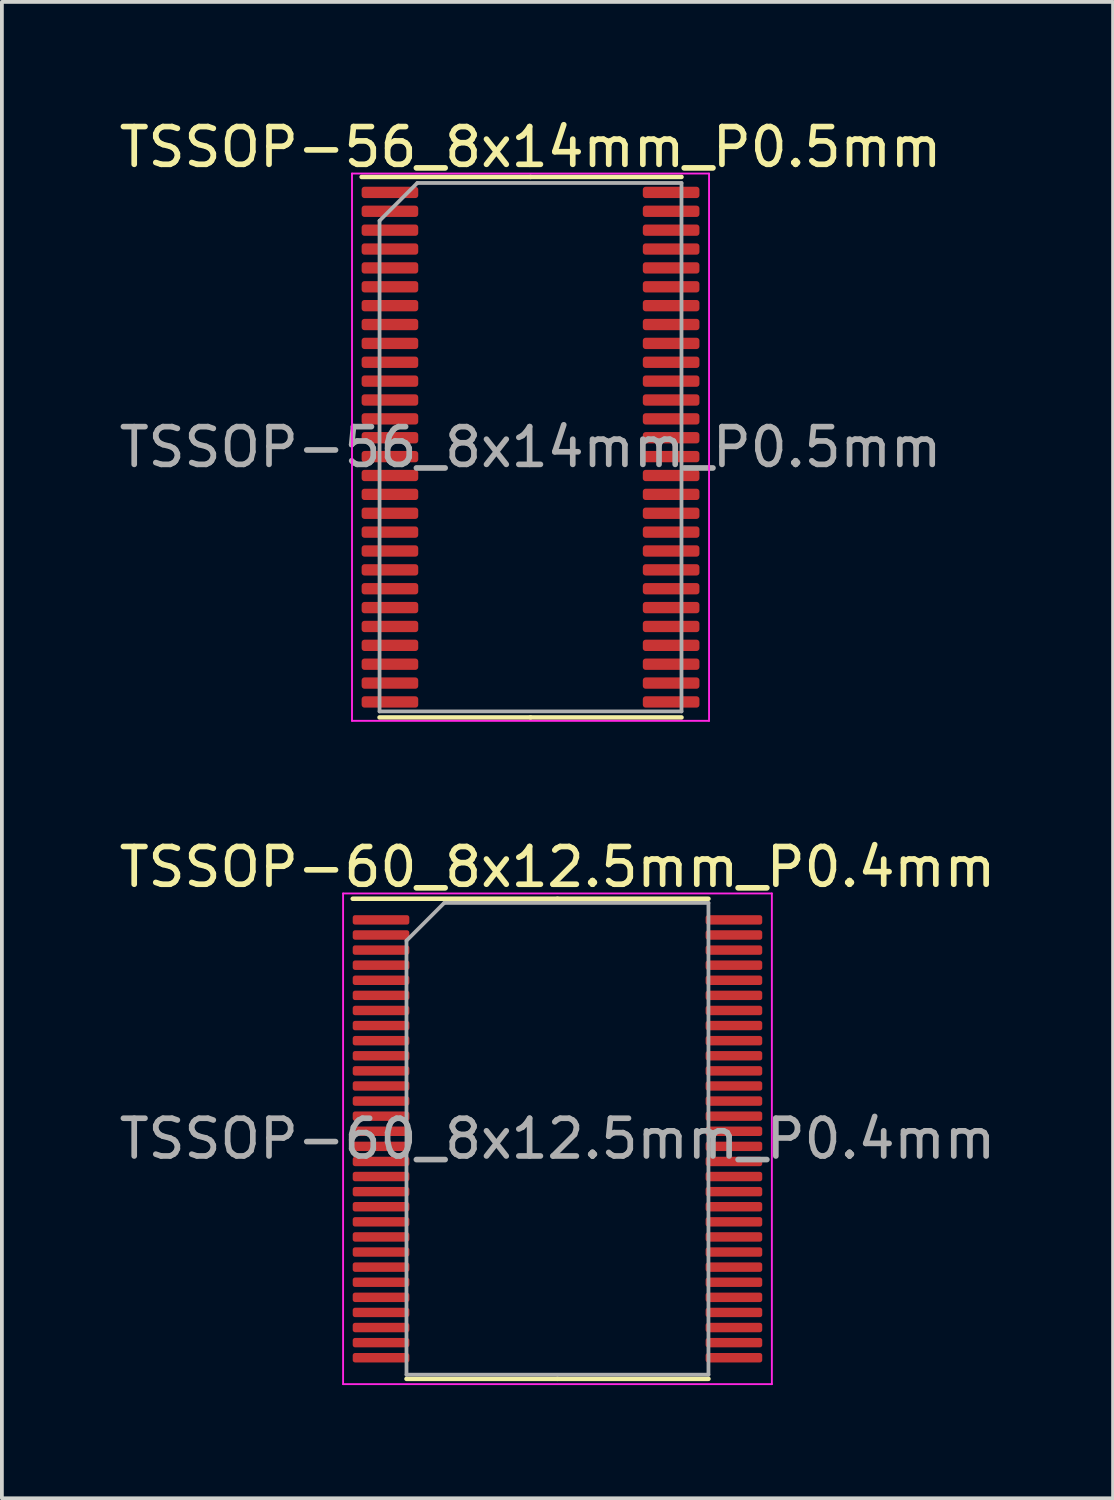
<source format=kicad_pcb>
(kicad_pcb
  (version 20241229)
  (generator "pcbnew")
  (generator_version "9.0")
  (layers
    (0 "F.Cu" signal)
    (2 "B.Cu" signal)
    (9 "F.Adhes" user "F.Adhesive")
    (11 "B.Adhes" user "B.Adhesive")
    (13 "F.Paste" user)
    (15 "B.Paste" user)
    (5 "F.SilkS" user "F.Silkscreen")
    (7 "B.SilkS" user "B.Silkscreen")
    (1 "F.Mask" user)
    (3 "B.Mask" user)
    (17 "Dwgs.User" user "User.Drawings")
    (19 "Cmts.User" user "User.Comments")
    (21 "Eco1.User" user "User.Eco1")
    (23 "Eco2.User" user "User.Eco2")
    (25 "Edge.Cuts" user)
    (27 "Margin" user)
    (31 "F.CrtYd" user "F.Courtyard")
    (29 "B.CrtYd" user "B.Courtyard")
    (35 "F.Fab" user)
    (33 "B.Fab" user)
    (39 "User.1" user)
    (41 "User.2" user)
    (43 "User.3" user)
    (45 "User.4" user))
  (footprint "TSSOP-56_8x14mm_P0.5mm"
    (layer "F.Cu")
    (at 11.006 8.798)
    (property "Reference" "TSSOP-56_8x14mm_P0.5mm" (at 0 -7.95 0) (layer "F.SilkS") (effects (font (size 1 1) (thickness 0.15))))
    (attr smd)
    (fp_line (start 0 -7.16) (end -4.475 -7.16) (stroke (width 0.12) (type solid)) (layer "F.SilkS"))
    (fp_line (start 0 -7.16) (end 4 -7.16) (stroke (width 0.12) (type solid)) (layer "F.SilkS"))
    (fp_line (start 0 7.16) (end -4 7.16) (stroke (width 0.12) (type solid)) (layer "F.SilkS"))
    (fp_line (start 0 7.16) (end 4 7.16) (stroke (width 0.12) (type solid)) (layer "F.SilkS"))
    (fp_line (start -4.73 -7.25) (end -4.73 7.25) (stroke (width 0.05) (type solid)) (layer "F.CrtYd"))
    (fp_line (start -4.73 7.25) (end 4.73 7.25) (stroke (width 0.05) (type solid)) (layer "F.CrtYd"))
    (fp_line (start 4.73 -7.25) (end -4.73 -7.25) (stroke (width 0.05) (type solid)) (layer "F.CrtYd"))
    (fp_line (start 4.73 7.25) (end 4.73 -7.25) (stroke (width 0.05) (type solid)) (layer "F.CrtYd"))
    (fp_line (start -4 -6) (end -3 -7) (stroke (width 0.1) (type solid)) (layer "F.Fab"))
    (fp_line (start -4 7) (end -4 -6) (stroke (width 0.1) (type solid)) (layer "F.Fab"))
    (fp_line (start -3 -7) (end 4 -7) (stroke (width 0.1) (type solid)) (layer "F.Fab"))
    (fp_line (start 4 -7) (end 4 7) (stroke (width 0.1) (type solid)) (layer "F.Fab"))
    (fp_line (start 4 7) (end -4 7) (stroke (width 0.1) (type solid)) (layer "F.Fab"))
    (fp_text user "${REFERENCE}" (at 0 0 0) (layer "F.Fab") (effects (font (size 1 1) (thickness 0.15))))
    (pad "1" smd roundrect (at -3.725 -6.75) (size 1.5 0.3) (layers "F.Cu" "F.Mask" "F.Paste") (roundrect_rratio 0.25))
    (pad "2" smd roundrect (at -3.725 -6.25) (size 1.5 0.3) (layers "F.Cu" "F.Mask" "F.Paste") (roundrect_rratio 0.25))
    (pad "3" smd roundrect (at -3.725 -5.75) (size 1.5 0.3) (layers "F.Cu" "F.Mask" "F.Paste") (roundrect_rratio 0.25))
    (pad "4" smd roundrect (at -3.725 -5.25) (size 1.5 0.3) (layers "F.Cu" "F.Mask" "F.Paste") (roundrect_rratio 0.25))
    (pad "5" smd roundrect (at -3.725 -4.75) (size 1.5 0.3) (layers "F.Cu" "F.Mask" "F.Paste") (roundrect_rratio 0.25))
    (pad "6" smd roundrect (at -3.725 -4.25) (size 1.5 0.3) (layers "F.Cu" "F.Mask" "F.Paste") (roundrect_rratio 0.25))
    (pad "7" smd roundrect (at -3.725 -3.75) (size 1.5 0.3) (layers "F.Cu" "F.Mask" "F.Paste") (roundrect_rratio 0.25))
    (pad "8" smd roundrect (at -3.725 -3.25) (size 1.5 0.3) (layers "F.Cu" "F.Mask" "F.Paste") (roundrect_rratio 0.25))
    (pad "9" smd roundrect (at -3.725 -2.75) (size 1.5 0.3) (layers "F.Cu" "F.Mask" "F.Paste") (roundrect_rratio 0.25))
    (pad "10" smd roundrect (at -3.725 -2.25) (size 1.5 0.3) (layers "F.Cu" "F.Mask" "F.Paste") (roundrect_rratio 0.25))
    (pad "11" smd roundrect (at -3.725 -1.75) (size 1.5 0.3) (layers "F.Cu" "F.Mask" "F.Paste") (roundrect_rratio 0.25))
    (pad "12" smd roundrect (at -3.725 -1.25) (size 1.5 0.3) (layers "F.Cu" "F.Mask" "F.Paste") (roundrect_rratio 0.25))
    (pad "13" smd roundrect (at -3.725 -0.75) (size 1.5 0.3) (layers "F.Cu" "F.Mask" "F.Paste") (roundrect_rratio 0.25))
    (pad "14" smd roundrect (at -3.725 -0.25) (size 1.5 0.3) (layers "F.Cu" "F.Mask" "F.Paste") (roundrect_rratio 0.25))
    (pad "15" smd roundrect (at -3.725 0.25) (size 1.5 0.3) (layers "F.Cu" "F.Mask" "F.Paste") (roundrect_rratio 0.25))
    (pad "16" smd roundrect (at -3.725 0.75) (size 1.5 0.3) (layers "F.Cu" "F.Mask" "F.Paste") (roundrect_rratio 0.25))
    (pad "17" smd roundrect (at -3.725 1.25) (size 1.5 0.3) (layers "F.Cu" "F.Mask" "F.Paste") (roundrect_rratio 0.25))
    (pad "18" smd roundrect (at -3.725 1.75) (size 1.5 0.3) (layers "F.Cu" "F.Mask" "F.Paste") (roundrect_rratio 0.25))
    (pad "19" smd roundrect (at -3.725 2.25) (size 1.5 0.3) (layers "F.Cu" "F.Mask" "F.Paste") (roundrect_rratio 0.25))
    (pad "20" smd roundrect (at -3.725 2.75) (size 1.5 0.3) (layers "F.Cu" "F.Mask" "F.Paste") (roundrect_rratio 0.25))
    (pad "21" smd roundrect (at -3.725 3.25) (size 1.5 0.3) (layers "F.Cu" "F.Mask" "F.Paste") (roundrect_rratio 0.25))
    (pad "22" smd roundrect (at -3.725 3.75) (size 1.5 0.3) (layers "F.Cu" "F.Mask" "F.Paste") (roundrect_rratio 0.25))
    (pad "23" smd roundrect (at -3.725 4.25) (size 1.5 0.3) (layers "F.Cu" "F.Mask" "F.Paste") (roundrect_rratio 0.25))
    (pad "24" smd roundrect (at -3.725 4.75) (size 1.5 0.3) (layers "F.Cu" "F.Mask" "F.Paste") (roundrect_rratio 0.25))
    (pad "25" smd roundrect (at -3.725 5.25) (size 1.5 0.3) (layers "F.Cu" "F.Mask" "F.Paste") (roundrect_rratio 0.25))
    (pad "26" smd roundrect (at -3.725 5.75) (size 1.5 0.3) (layers "F.Cu" "F.Mask" "F.Paste") (roundrect_rratio 0.25))
    (pad "27" smd roundrect (at -3.725 6.25) (size 1.5 0.3) (layers "F.Cu" "F.Mask" "F.Paste") (roundrect_rratio 0.25))
    (pad "28" smd roundrect (at -3.725 6.75) (size 1.5 0.3) (layers "F.Cu" "F.Mask" "F.Paste") (roundrect_rratio 0.25))
    (pad "29" smd roundrect (at 3.725 6.75) (size 1.5 0.3) (layers "F.Cu" "F.Mask" "F.Paste") (roundrect_rratio 0.25))
    (pad "30" smd roundrect (at 3.725 6.25) (size 1.5 0.3) (layers "F.Cu" "F.Mask" "F.Paste") (roundrect_rratio 0.25))
    (pad "31" smd roundrect (at 3.725 5.75) (size 1.5 0.3) (layers "F.Cu" "F.Mask" "F.Paste") (roundrect_rratio 0.25))
    (pad "32" smd roundrect (at 3.725 5.25) (size 1.5 0.3) (layers "F.Cu" "F.Mask" "F.Paste") (roundrect_rratio 0.25))
    (pad "33" smd roundrect (at 3.725 4.75) (size 1.5 0.3) (layers "F.Cu" "F.Mask" "F.Paste") (roundrect_rratio 0.25))
    (pad "34" smd roundrect (at 3.725 4.25) (size 1.5 0.3) (layers "F.Cu" "F.Mask" "F.Paste") (roundrect_rratio 0.25))
    (pad "35" smd roundrect (at 3.725 3.75) (size 1.5 0.3) (layers "F.Cu" "F.Mask" "F.Paste") (roundrect_rratio 0.25))
    (pad "36" smd roundrect (at 3.725 3.25) (size 1.5 0.3) (layers "F.Cu" "F.Mask" "F.Paste") (roundrect_rratio 0.25))
    (pad "37" smd roundrect (at 3.725 2.75) (size 1.5 0.3) (layers "F.Cu" "F.Mask" "F.Paste") (roundrect_rratio 0.25))
    (pad "38" smd roundrect (at 3.725 2.25) (size 1.5 0.3) (layers "F.Cu" "F.Mask" "F.Paste") (roundrect_rratio 0.25))
    (pad "39" smd roundrect (at 3.725 1.75) (size 1.5 0.3) (layers "F.Cu" "F.Mask" "F.Paste") (roundrect_rratio 0.25))
    (pad "40" smd roundrect (at 3.725 1.25) (size 1.5 0.3) (layers "F.Cu" "F.Mask" "F.Paste") (roundrect_rratio 0.25))
    (pad "41" smd roundrect (at 3.725 0.75) (size 1.5 0.3) (layers "F.Cu" "F.Mask" "F.Paste") (roundrect_rratio 0.25))
    (pad "42" smd roundrect (at 3.725 0.25) (size 1.5 0.3) (layers "F.Cu" "F.Mask" "F.Paste") (roundrect_rratio 0.25))
    (pad "43" smd roundrect (at 3.725 -0.25) (size 1.5 0.3) (layers "F.Cu" "F.Mask" "F.Paste") (roundrect_rratio 0.25))
    (pad "44" smd roundrect (at 3.725 -0.75) (size 1.5 0.3) (layers "F.Cu" "F.Mask" "F.Paste") (roundrect_rratio 0.25))
    (pad "45" smd roundrect (at 3.725 -1.25) (size 1.5 0.3) (layers "F.Cu" "F.Mask" "F.Paste") (roundrect_rratio 0.25))
    (pad "46" smd roundrect (at 3.725 -1.75) (size 1.5 0.3) (layers "F.Cu" "F.Mask" "F.Paste") (roundrect_rratio 0.25))
    (pad "47" smd roundrect (at 3.725 -2.25) (size 1.5 0.3) (layers "F.Cu" "F.Mask" "F.Paste") (roundrect_rratio 0.25))
    (pad "48" smd roundrect (at 3.725 -2.75) (size 1.5 0.3) (layers "F.Cu" "F.Mask" "F.Paste") (roundrect_rratio 0.25))
    (pad "49" smd roundrect (at 3.725 -3.25) (size 1.5 0.3) (layers "F.Cu" "F.Mask" "F.Paste") (roundrect_rratio 0.25))
    (pad "50" smd roundrect (at 3.725 -3.75) (size 1.5 0.3) (layers "F.Cu" "F.Mask" "F.Paste") (roundrect_rratio 0.25))
    (pad "51" smd roundrect (at 3.725 -4.25) (size 1.5 0.3) (layers "F.Cu" "F.Mask" "F.Paste") (roundrect_rratio 0.25))
    (pad "52" smd roundrect (at 3.725 -4.75) (size 1.5 0.3) (layers "F.Cu" "F.Mask" "F.Paste") (roundrect_rratio 0.25))
    (pad "53" smd roundrect (at 3.725 -5.25) (size 1.5 0.3) (layers "F.Cu" "F.Mask" "F.Paste") (roundrect_rratio 0.25))
    (pad "54" smd roundrect (at 3.725 -5.75) (size 1.5 0.3) (layers "F.Cu" "F.Mask" "F.Paste") (roundrect_rratio 0.25))
    (pad "55" smd roundrect (at 3.725 -6.25) (size 1.5 0.3) (layers "F.Cu" "F.Mask" "F.Paste") (roundrect_rratio 0.25))
    (pad "56" smd roundrect (at 3.725 -6.75) (size 1.5 0.3) (layers "F.Cu" "F.Mask" "F.Paste") (roundrect_rratio 0.25)))
  (footprint "TSSOP-60_8x12.5mm_P0.4mm"
    (layer "F.Cu")
    (at 11.72 27.122)
    (property "Reference" "TSSOP-60_8x12.5mm_P0.4mm" (at 0 -7.2 0) (layer "F.SilkS") (effects (font (size 1 1) (thickness 0.15))))
    (attr smd)
    (fp_line (start 0 -6.36) (end -5.425 -6.36) (stroke (width 0.12) (type solid)) (layer "F.SilkS"))
    (fp_line (start 0 -6.36) (end 4 -6.36) (stroke (width 0.12) (type solid)) (layer "F.SilkS"))
    (fp_line (start 0 6.36) (end -4 6.36) (stroke (width 0.12) (type solid)) (layer "F.SilkS"))
    (fp_line (start 0 6.36) (end 4 6.36) (stroke (width 0.12) (type solid)) (layer "F.SilkS"))
    (fp_line (start -5.68 -6.5) (end -5.68 6.5) (stroke (width 0.05) (type solid)) (layer "F.CrtYd"))
    (fp_line (start -5.68 6.5) (end 5.68 6.5) (stroke (width 0.05) (type solid)) (layer "F.CrtYd"))
    (fp_line (start 5.68 -6.5) (end -5.68 -6.5) (stroke (width 0.05) (type solid)) (layer "F.CrtYd"))
    (fp_line (start 5.68 6.5) (end 5.68 -6.5) (stroke (width 0.05) (type solid)) (layer "F.CrtYd"))
    (fp_line (start -4 -5.25) (end -3 -6.25) (stroke (width 0.1) (type solid)) (layer "F.Fab"))
    (fp_line (start -4 6.25) (end -4 -5.25) (stroke (width 0.1) (type solid)) (layer "F.Fab"))
    (fp_line (start -3 -6.25) (end 4 -6.25) (stroke (width 0.1) (type solid)) (layer "F.Fab"))
    (fp_line (start 4 -6.25) (end 4 6.25) (stroke (width 0.1) (type solid)) (layer "F.Fab"))
    (fp_line (start 4 6.25) (end -4 6.25) (stroke (width 0.1) (type solid)) (layer "F.Fab"))
    (fp_text user "${REFERENCE}" (at 0 0 0) (layer "F.Fab") (effects (font (size 1 1) (thickness 0.15))))
    (pad "1" smd roundrect (at -4.675 -5.8) (size 1.5 0.25) (layers "F.Cu" "F.Mask" "F.Paste") (roundrect_rratio 0.25))
    (pad "2" smd roundrect (at -4.675 -5.4) (size 1.5 0.25) (layers "F.Cu" "F.Mask" "F.Paste") (roundrect_rratio 0.25))
    (pad "3" smd roundrect (at -4.675 -5) (size 1.5 0.25) (layers "F.Cu" "F.Mask" "F.Paste") (roundrect_rratio 0.25))
    (pad "4" smd roundrect (at -4.675 -4.6) (size 1.5 0.25) (layers "F.Cu" "F.Mask" "F.Paste") (roundrect_rratio 0.25))
    (pad "5" smd roundrect (at -4.675 -4.2) (size 1.5 0.25) (layers "F.Cu" "F.Mask" "F.Paste") (roundrect_rratio 0.25))
    (pad "6" smd roundrect (at -4.675 -3.8) (size 1.5 0.25) (layers "F.Cu" "F.Mask" "F.Paste") (roundrect_rratio 0.25))
    (pad "7" smd roundrect (at -4.675 -3.4) (size 1.5 0.25) (layers "F.Cu" "F.Mask" "F.Paste") (roundrect_rratio 0.25))
    (pad "8" smd roundrect (at -4.675 -3) (size 1.5 0.25) (layers "F.Cu" "F.Mask" "F.Paste") (roundrect_rratio 0.25))
    (pad "9" smd roundrect (at -4.675 -2.6) (size 1.5 0.25) (layers "F.Cu" "F.Mask" "F.Paste") (roundrect_rratio 0.25))
    (pad "10" smd roundrect (at -4.675 -2.2) (size 1.5 0.25) (layers "F.Cu" "F.Mask" "F.Paste") (roundrect_rratio 0.25))
    (pad "11" smd roundrect (at -4.675 -1.8) (size 1.5 0.25) (layers "F.Cu" "F.Mask" "F.Paste") (roundrect_rratio 0.25))
    (pad "12" smd roundrect (at -4.675 -1.4) (size 1.5 0.25) (layers "F.Cu" "F.Mask" "F.Paste") (roundrect_rratio 0.25))
    (pad "13" smd roundrect (at -4.675 -1) (size 1.5 0.25) (layers "F.Cu" "F.Mask" "F.Paste") (roundrect_rratio 0.25))
    (pad "14" smd roundrect (at -4.675 -0.6) (size 1.5 0.25) (layers "F.Cu" "F.Mask" "F.Paste") (roundrect_rratio 0.25))
    (pad "15" smd roundrect (at -4.675 -0.2) (size 1.5 0.25) (layers "F.Cu" "F.Mask" "F.Paste") (roundrect_rratio 0.25))
    (pad "16" smd roundrect (at -4.675 0.2) (size 1.5 0.25) (layers "F.Cu" "F.Mask" "F.Paste") (roundrect_rratio 0.25))
    (pad "17" smd roundrect (at -4.675 0.6) (size 1.5 0.25) (layers "F.Cu" "F.Mask" "F.Paste") (roundrect_rratio 0.25))
    (pad "18" smd roundrect (at -4.675 1) (size 1.5 0.25) (layers "F.Cu" "F.Mask" "F.Paste") (roundrect_rratio 0.25))
    (pad "19" smd roundrect (at -4.675 1.4) (size 1.5 0.25) (layers "F.Cu" "F.Mask" "F.Paste") (roundrect_rratio 0.25))
    (pad "20" smd roundrect (at -4.675 1.8) (size 1.5 0.25) (layers "F.Cu" "F.Mask" "F.Paste") (roundrect_rratio 0.25))
    (pad "21" smd roundrect (at -4.675 2.2) (size 1.5 0.25) (layers "F.Cu" "F.Mask" "F.Paste") (roundrect_rratio 0.25))
    (pad "22" smd roundrect (at -4.675 2.6) (size 1.5 0.25) (layers "F.Cu" "F.Mask" "F.Paste") (roundrect_rratio 0.25))
    (pad "23" smd roundrect (at -4.675 3) (size 1.5 0.25) (layers "F.Cu" "F.Mask" "F.Paste") (roundrect_rratio 0.25))
    (pad "24" smd roundrect (at -4.675 3.4) (size 1.5 0.25) (layers "F.Cu" "F.Mask" "F.Paste") (roundrect_rratio 0.25))
    (pad "25" smd roundrect (at -4.675 3.8) (size 1.5 0.25) (layers "F.Cu" "F.Mask" "F.Paste") (roundrect_rratio 0.25))
    (pad "26" smd roundrect (at -4.675 4.2) (size 1.5 0.25) (layers "F.Cu" "F.Mask" "F.Paste") (roundrect_rratio 0.25))
    (pad "27" smd roundrect (at -4.675 4.6) (size 1.5 0.25) (layers "F.Cu" "F.Mask" "F.Paste") (roundrect_rratio 0.25))
    (pad "28" smd roundrect (at -4.675 5) (size 1.5 0.25) (layers "F.Cu" "F.Mask" "F.Paste") (roundrect_rratio 0.25))
    (pad "29" smd roundrect (at -4.675 5.4) (size 1.5 0.25) (layers "F.Cu" "F.Mask" "F.Paste") (roundrect_rratio 0.25))
    (pad "30" smd roundrect (at -4.675 5.8) (size 1.5 0.25) (layers "F.Cu" "F.Mask" "F.Paste") (roundrect_rratio 0.25))
    (pad "31" smd roundrect (at 4.675 5.8) (size 1.5 0.25) (layers "F.Cu" "F.Mask" "F.Paste") (roundrect_rratio 0.25))
    (pad "32" smd roundrect (at 4.675 5.4) (size 1.5 0.25) (layers "F.Cu" "F.Mask" "F.Paste") (roundrect_rratio 0.25))
    (pad "33" smd roundrect (at 4.675 5) (size 1.5 0.25) (layers "F.Cu" "F.Mask" "F.Paste") (roundrect_rratio 0.25))
    (pad "34" smd roundrect (at 4.675 4.6) (size 1.5 0.25) (layers "F.Cu" "F.Mask" "F.Paste") (roundrect_rratio 0.25))
    (pad "35" smd roundrect (at 4.675 4.2) (size 1.5 0.25) (layers "F.Cu" "F.Mask" "F.Paste") (roundrect_rratio 0.25))
    (pad "36" smd roundrect (at 4.675 3.8) (size 1.5 0.25) (layers "F.Cu" "F.Mask" "F.Paste") (roundrect_rratio 0.25))
    (pad "37" smd roundrect (at 4.675 3.4) (size 1.5 0.25) (layers "F.Cu" "F.Mask" "F.Paste") (roundrect_rratio 0.25))
    (pad "38" smd roundrect (at 4.675 3) (size 1.5 0.25) (layers "F.Cu" "F.Mask" "F.Paste") (roundrect_rratio 0.25))
    (pad "39" smd roundrect (at 4.675 2.6) (size 1.5 0.25) (layers "F.Cu" "F.Mask" "F.Paste") (roundrect_rratio 0.25))
    (pad "40" smd roundrect (at 4.675 2.2) (size 1.5 0.25) (layers "F.Cu" "F.Mask" "F.Paste") (roundrect_rratio 0.25))
    (pad "41" smd roundrect (at 4.675 1.8) (size 1.5 0.25) (layers "F.Cu" "F.Mask" "F.Paste") (roundrect_rratio 0.25))
    (pad "42" smd roundrect (at 4.675 1.4) (size 1.5 0.25) (layers "F.Cu" "F.Mask" "F.Paste") (roundrect_rratio 0.25))
    (pad "43" smd roundrect (at 4.675 1) (size 1.5 0.25) (layers "F.Cu" "F.Mask" "F.Paste") (roundrect_rratio 0.25))
    (pad "44" smd roundrect (at 4.675 0.6) (size 1.5 0.25) (layers "F.Cu" "F.Mask" "F.Paste") (roundrect_rratio 0.25))
    (pad "45" smd roundrect (at 4.675 0.2) (size 1.5 0.25) (layers "F.Cu" "F.Mask" "F.Paste") (roundrect_rratio 0.25))
    (pad "46" smd roundrect (at 4.675 -0.2) (size 1.5 0.25) (layers "F.Cu" "F.Mask" "F.Paste") (roundrect_rratio 0.25))
    (pad "47" smd roundrect (at 4.675 -0.6) (size 1.5 0.25) (layers "F.Cu" "F.Mask" "F.Paste") (roundrect_rratio 0.25))
    (pad "48" smd roundrect (at 4.675 -1) (size 1.5 0.25) (layers "F.Cu" "F.Mask" "F.Paste") (roundrect_rratio 0.25))
    (pad "49" smd roundrect (at 4.675 -1.4) (size 1.5 0.25) (layers "F.Cu" "F.Mask" "F.Paste") (roundrect_rratio 0.25))
    (pad "50" smd roundrect (at 4.675 -1.8) (size 1.5 0.25) (layers "F.Cu" "F.Mask" "F.Paste") (roundrect_rratio 0.25))
    (pad "51" smd roundrect (at 4.675 -2.2) (size 1.5 0.25) (layers "F.Cu" "F.Mask" "F.Paste") (roundrect_rratio 0.25))
    (pad "52" smd roundrect (at 4.675 -2.6) (size 1.5 0.25) (layers "F.Cu" "F.Mask" "F.Paste") (roundrect_rratio 0.25))
    (pad "53" smd roundrect (at 4.675 -3) (size 1.5 0.25) (layers "F.Cu" "F.Mask" "F.Paste") (roundrect_rratio 0.25))
    (pad "54" smd roundrect (at 4.675 -3.4) (size 1.5 0.25) (layers "F.Cu" "F.Mask" "F.Paste") (roundrect_rratio 0.25))
    (pad "55" smd roundrect (at 4.675 -3.8) (size 1.5 0.25) (layers "F.Cu" "F.Mask" "F.Paste") (roundrect_rratio 0.25))
    (pad "56" smd roundrect (at 4.675 -4.2) (size 1.5 0.25) (layers "F.Cu" "F.Mask" "F.Paste") (roundrect_rratio 0.25))
    (pad "57" smd roundrect (at 4.675 -4.6) (size 1.5 0.25) (layers "F.Cu" "F.Mask" "F.Paste") (roundrect_rratio 0.25))
    (pad "58" smd roundrect (at 4.675 -5) (size 1.5 0.25) (layers "F.Cu" "F.Mask" "F.Paste") (roundrect_rratio 0.25))
    (pad "59" smd roundrect (at 4.675 -5.4) (size 1.5 0.25) (layers "F.Cu" "F.Mask" "F.Paste") (roundrect_rratio 0.25))
    (pad "60" smd roundrect (at 4.675 -5.8) (size 1.5 0.25) (layers "F.Cu" "F.Mask" "F.Paste") (roundrect_rratio 0.25)))
  (gr_rect
    (start -3 -3)
    (end 26.44 36.647)
    (stroke (width 0.1) (type default))
    (fill no)
    (layer "Edge.Cuts")))
</source>
